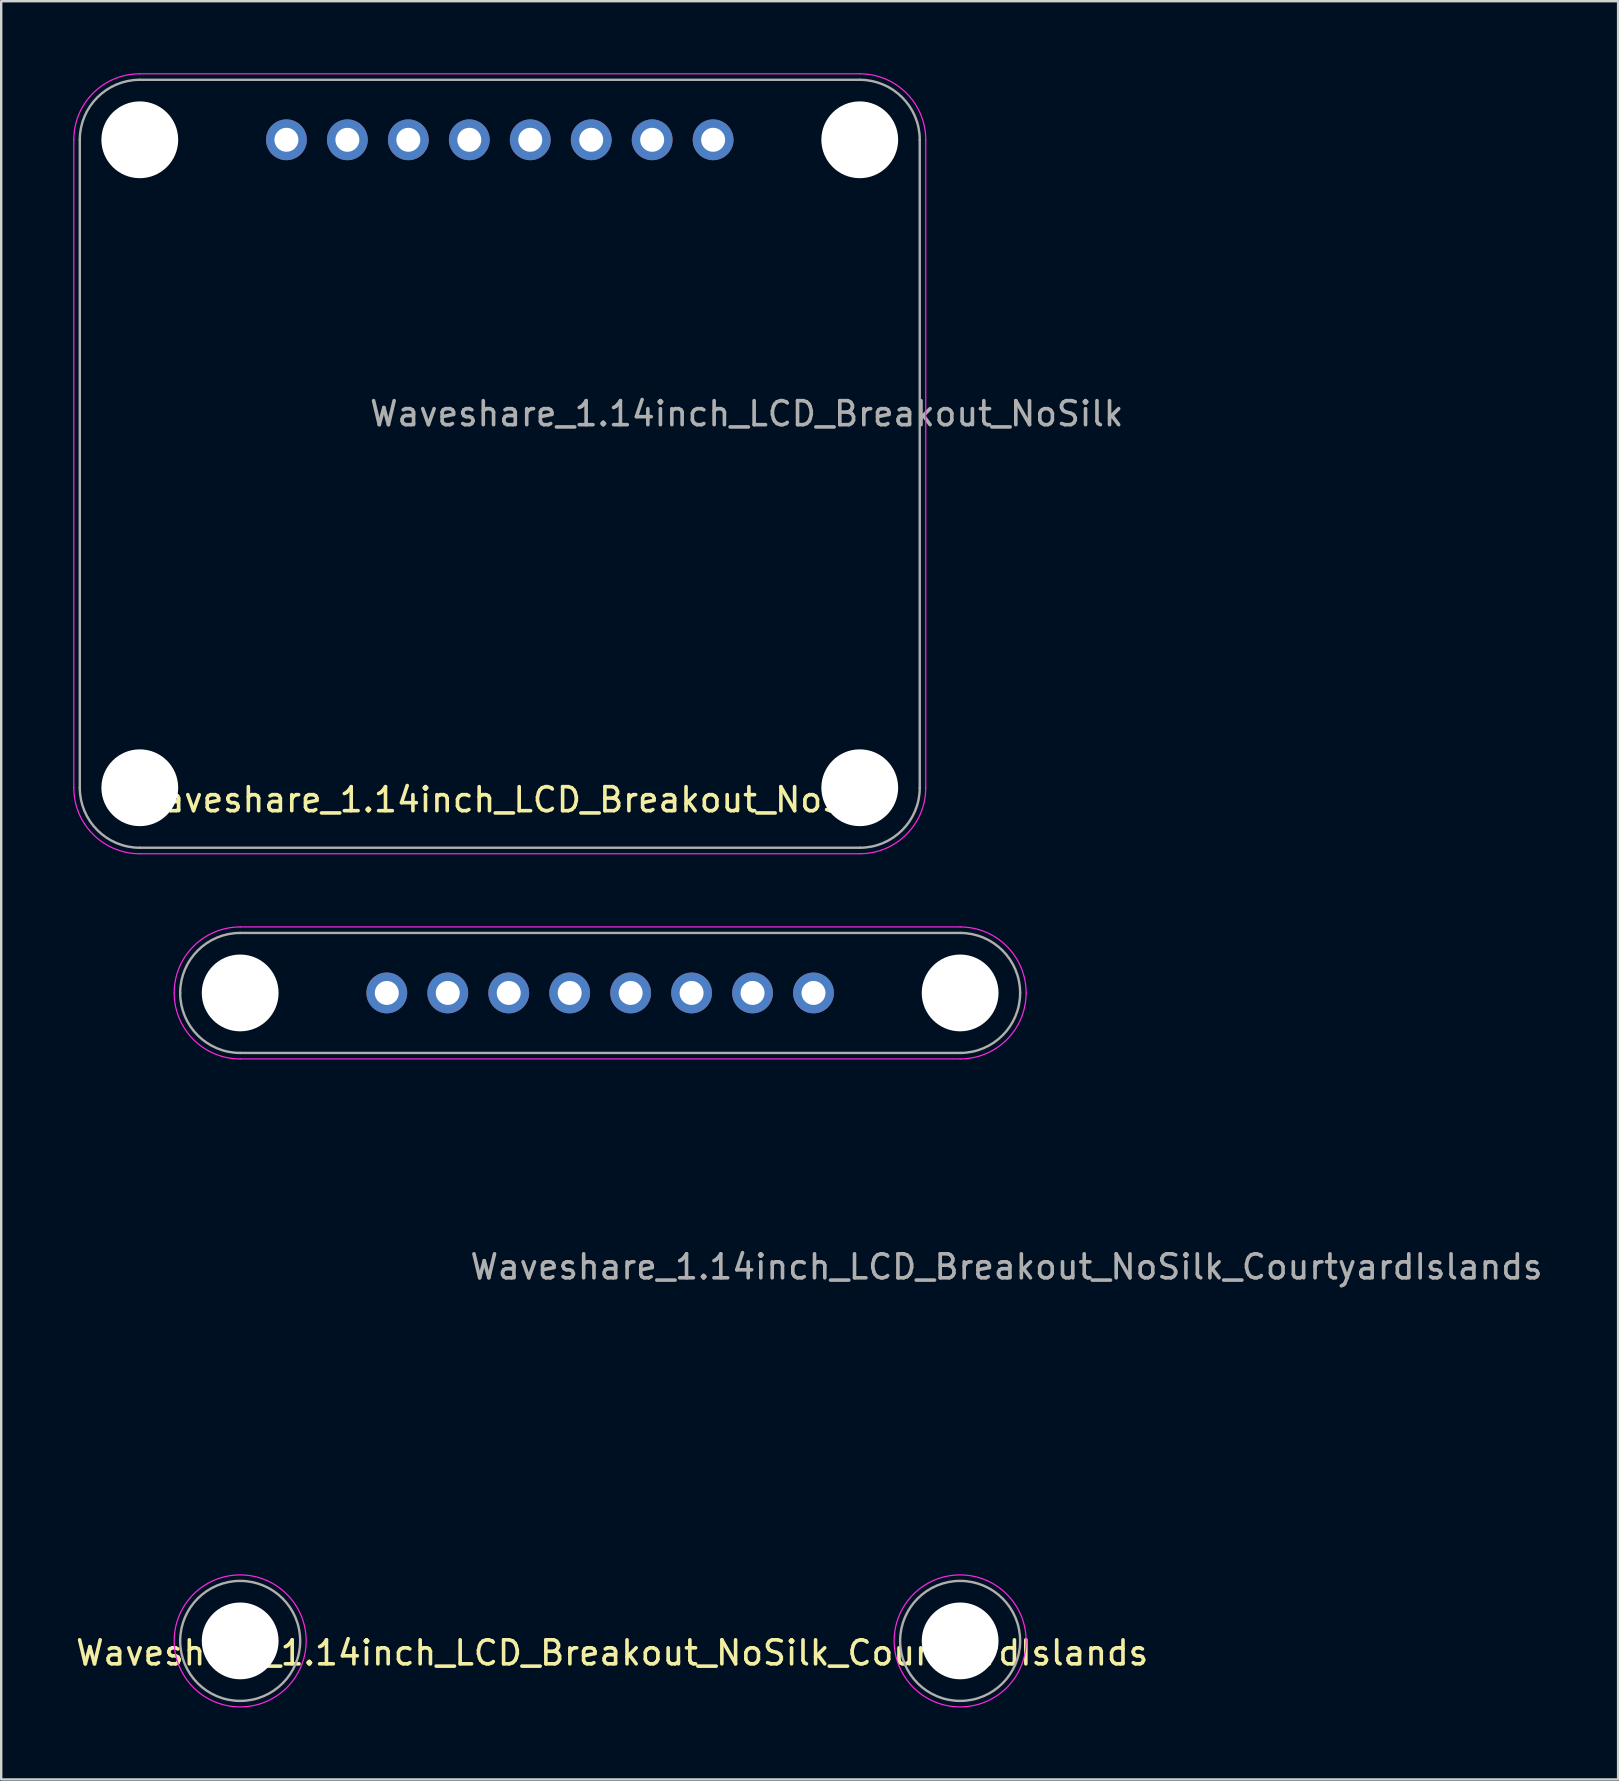
<source format=kicad_pcb>
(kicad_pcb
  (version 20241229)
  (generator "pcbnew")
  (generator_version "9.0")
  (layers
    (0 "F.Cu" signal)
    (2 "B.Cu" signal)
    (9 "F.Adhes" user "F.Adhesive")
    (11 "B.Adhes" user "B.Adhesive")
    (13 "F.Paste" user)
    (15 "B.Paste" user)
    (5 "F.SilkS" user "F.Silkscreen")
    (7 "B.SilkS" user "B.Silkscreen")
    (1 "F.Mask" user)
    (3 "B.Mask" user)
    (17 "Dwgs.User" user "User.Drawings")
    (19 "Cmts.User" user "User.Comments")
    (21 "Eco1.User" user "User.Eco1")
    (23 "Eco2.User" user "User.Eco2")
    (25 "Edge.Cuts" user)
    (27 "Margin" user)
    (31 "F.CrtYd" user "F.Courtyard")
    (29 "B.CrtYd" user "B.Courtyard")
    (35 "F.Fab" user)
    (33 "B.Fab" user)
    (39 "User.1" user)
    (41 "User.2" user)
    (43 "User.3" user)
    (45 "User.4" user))
  (footprint "Waveshare_1.14inch_LCD_Breakout_NoSilk_CourtyardIslands"
    (layer "F.Cu")
    (at 4.458 67.825)
    (property "Reference" "Waveshare_1.14inch_LCD_Breakout_NoSilk_CourtyardIslands" (at 18 -2 0) (unlocked yes) (layer "F.SilkS") (effects (font (size 1 1) (thickness 0.15))))
    (attr through_hole)
    (fp_line (start 2.5 -32.25) (end 32.5 -32.25) (stroke (width 0.05) (type default)) (layer "F.CrtYd"))
    (fp_line (start 2.5 -26.75) (end 32.5 -26.75) (stroke (width 0.05) (type default)) (layer "F.CrtYd"))
    (fp_arc (start -0.25 -29.5) (mid 0.555456 -31.444544) (end 2.5 -32.25) (stroke (width 0.05) (type default)) (layer "F.CrtYd"))
    (fp_arc (start 2.5 -26.75) (mid 0.555456 -27.555456) (end -0.25 -29.5) (stroke (width 0.05) (type default)) (layer "F.CrtYd"))
    (fp_arc (start 32.5 -32.25) (mid 34.444544 -31.444544) (end 35.25 -29.5) (stroke (width 0.05) (type default)) (layer "F.CrtYd"))
    (fp_arc (start 35.25 -29.5) (mid 34.444544 -27.555456) (end 32.5 -26.75) (stroke (width 0.05) (type default)) (layer "F.CrtYd"))
    (fp_circle (center 2.5 -2.5) (end 2.5 -5.25) (stroke (width 0.05) (type default)) (fill no) (layer "F.CrtYd"))
    (fp_circle (center 32.5 -2.5) (end 32.5 -5.25) (stroke (width 0.05) (type default)) (fill no) (layer "F.CrtYd"))
    (fp_line (start 2.5 -32) (end 32.5 -32) (stroke (width 0.1) (type default)) (layer "F.Fab"))
    (fp_line (start 32.5 -27) (end 2.5 -27) (stroke (width 0.1) (type default)) (layer "F.Fab"))
    (fp_arc (start 0 -29.5) (mid 0.732233 -31.267767) (end 2.5 -32) (stroke (width 0.1) (type default)) (layer "F.Fab"))
    (fp_arc (start 2.5 -27) (mid 0.732233 -27.732233) (end 0 -29.5) (stroke (width 0.1) (type default)) (layer "F.Fab"))
    (fp_arc (start 32.5 -32) (mid 34.267767 -31.267767) (end 35 -29.5) (stroke (width 0.1) (type default)) (layer "F.Fab"))
    (fp_arc (start 35 -29.5) (mid 34.267767 -27.732233) (end 32.5 -27) (stroke (width 0.1) (type default)) (layer "F.Fab"))
    (fp_circle (center 2.5 -2.5) (end 2.5 -5) (stroke (width 0.1) (type default)) (fill no) (layer "F.Fab"))
    (fp_circle (center 32.5 -2.5) (end 32.5 -5) (stroke (width 0.1) (type default)) (fill no) (layer "F.Fab"))
    (fp_text user "${REFERENCE}" (at 12 -17.5 0) (unlocked yes) (layer "F.Fab") (effects (font (size 1 1) (thickness 0.15)) (justify left bottom)))
    (pad "" np_thru_hole circle (at 2.5 -29.5) (size 3.2 3.2) (drill 3.2) (layers "*.Cu" "*.Mask"))
    (pad "" np_thru_hole circle (at 2.5 -2.5) (size 3.2 3.2) (drill 3.2) (layers "*.Cu" "*.Mask"))
    (pad "" np_thru_hole circle (at 32.5 -29.5) (size 3.2 3.2) (drill 3.2) (layers "*.Cu" "*.Mask"))
    (pad "" np_thru_hole circle (at 32.5 -2.5) (size 3.2 3.2) (drill 3.2) (layers "*.Cu" "*.Mask"))
    (pad "1" thru_hole circle (at 26.39 -29.5) (size 1.7 1.7) (drill 1) (layers "*.Cu" "*.Mask"))
    (pad "2" thru_hole circle (at 23.85 -29.5) (size 1.7 1.7) (drill 1) (layers "*.Cu" "*.Mask"))
    (pad "3" thru_hole circle (at 21.31 -29.5) (size 1.7 1.7) (drill 1) (layers "*.Cu" "*.Mask"))
    (pad "4" thru_hole circle (at 18.77 -29.5) (size 1.7 1.7) (drill 1) (layers "*.Cu" "*.Mask"))
    (pad "5" thru_hole circle (at 16.23 -29.5) (size 1.7 1.7) (drill 1) (layers "*.Cu" "*.Mask"))
    (pad "6" thru_hole circle (at 13.69 -29.5) (size 1.7 1.7) (drill 1) (layers "*.Cu" "*.Mask"))
    (pad "7" thru_hole circle (at 11.15 -29.5) (size 1.7 1.7) (drill 1) (layers "*.Cu" "*.Mask"))
    (pad "8" thru_hole circle (at 8.61 -29.5) (size 1.7 1.7) (drill 1) (layers "*.Cu" "*.Mask")))
  (footprint "Waveshare_1.14inch_LCD_Breakout_NoSilk"
    (layer "F.Cu")
    (at 0.275 32.275)
    (property "Reference" "Waveshare_1.14inch_LCD_Breakout_NoSilk" (at 18 -2 0) (unlocked yes) (layer "F.SilkS") (effects (font (size 1 1) (thickness 0.15))))
    (attr through_hole)
    (fp_line (start -0.25 -2.5) (end -0.25 -29.5) (stroke (width 0.05) (type default)) (layer "F.CrtYd"))
    (fp_line (start 2.5 -32.25) (end 32.5 -32.25) (stroke (width 0.05) (type default)) (layer "F.CrtYd"))
    (fp_line (start 32.5 0.25) (end 2.5 0.25) (stroke (width 0.05) (type default)) (layer "F.CrtYd"))
    (fp_line (start 35.25 -29.5) (end 35.25 -2.5) (stroke (width 0.05) (type default)) (layer "F.CrtYd"))
    (fp_arc (start -0.25 -29.5) (mid 0.555456 -31.444544) (end 2.5 -32.25) (stroke (width 0.05) (type default)) (layer "F.CrtYd"))
    (fp_arc (start 2.5 0.25) (mid 0.555456 -0.555456) (end -0.25 -2.5) (stroke (width 0.05) (type default)) (layer "F.CrtYd"))
    (fp_arc (start 32.5 -32.25) (mid 34.444544 -31.444544) (end 35.25 -29.5) (stroke (width 0.05) (type default)) (layer "F.CrtYd"))
    (fp_arc (start 35.25 -2.5) (mid 34.444544 -0.555456) (end 32.5 0.25) (stroke (width 0.05) (type default)) (layer "F.CrtYd"))
    (fp_line (start 0 -2.5) (end 0 -29.5) (stroke (width 0.1) (type default)) (layer "F.Fab"))
    (fp_line (start 2.5 -32) (end 32.5 -32) (stroke (width 0.1) (type default)) (layer "F.Fab"))
    (fp_line (start 32.5 0) (end 2.5 0) (stroke (width 0.1) (type default)) (layer "F.Fab"))
    (fp_line (start 35 -29.5) (end 35 -2.5) (stroke (width 0.1) (type default)) (layer "F.Fab"))
    (fp_arc (start 0 -29.5) (mid 0.732233 -31.267767) (end 2.5 -32) (stroke (width 0.1) (type default)) (layer "F.Fab"))
    (fp_arc (start 2.5 0) (mid 0.732233 -0.732233) (end 0 -2.5) (stroke (width 0.1) (type default)) (layer "F.Fab"))
    (fp_arc (start 32.5 -32) (mid 34.267767 -31.267767) (end 35 -29.5) (stroke (width 0.1) (type default)) (layer "F.Fab"))
    (fp_arc (start 35 -2.5) (mid 34.267767 -0.732233) (end 32.5 0) (stroke (width 0.1) (type default)) (layer "F.Fab"))
    (fp_line (start 2.5 -29.5) (end 32.5 -29.5) (stroke (width 0.12) (type default)) (layer "User.2"))
    (fp_rect (start 0 -32) (end 2.5 -29.5) (stroke (width 0.12) (type default)) (fill no) (layer "User.2"))
    (fp_rect (start 0 0) (end 2.5 -2.5) (stroke (width 0.12) (type default)) (fill no) (layer "User.2"))
    (fp_rect (start 35 -32) (end 32.5 -29.5) (stroke (width 0.12) (type default)) (fill no) (layer "User.2"))
    (fp_rect (start 35 0) (end 32.5 -2.5) (stroke (width 0.12) (type default)) (fill no) (layer "User.2"))
    (fp_text user "${REFERENCE}" (at 12 -17.5 0) (unlocked yes) (layer "F.Fab") (effects (font (size 1 1) (thickness 0.15)) (justify left bottom)))
    (pad "" np_thru_hole circle (at 2.5 -29.5) (size 3.2 3.2) (drill 3.2) (layers "*.Cu" "*.Mask"))
    (pad "" np_thru_hole circle (at 2.5 -2.5) (size 3.2 3.2) (drill 3.2) (layers "*.Cu" "*.Mask"))
    (pad "" np_thru_hole circle (at 32.5 -29.5) (size 3.2 3.2) (drill 3.2) (layers "*.Cu" "*.Mask"))
    (pad "" np_thru_hole circle (at 32.5 -2.5) (size 3.2 3.2) (drill 3.2) (layers "*.Cu" "*.Mask"))
    (pad "1" thru_hole circle (at 26.39 -29.5) (size 1.7 1.7) (drill 1) (layers "*.Cu" "*.Mask"))
    (pad "2" thru_hole circle (at 23.85 -29.5) (size 1.7 1.7) (drill 1) (layers "*.Cu" "*.Mask"))
    (pad "3" thru_hole circle (at 21.31 -29.5) (size 1.7 1.7) (drill 1) (layers "*.Cu" "*.Mask"))
    (pad "4" thru_hole circle (at 18.77 -29.5) (size 1.7 1.7) (drill 1) (layers "*.Cu" "*.Mask"))
    (pad "5" thru_hole circle (at 16.23 -29.5) (size 1.7 1.7) (drill 1) (layers "*.Cu" "*.Mask"))
    (pad "6" thru_hole circle (at 13.69 -29.5) (size 1.7 1.7) (drill 1) (layers "*.Cu" "*.Mask"))
    (pad "7" thru_hole circle (at 11.15 -29.5) (size 1.7 1.7) (drill 1) (layers "*.Cu" "*.Mask"))
    (pad "8" thru_hole circle (at 8.61 -29.5) (size 1.7 1.7) (drill 1) (layers "*.Cu" "*.Mask")))
  (gr_rect
    (start -3 -3)
    (end 64.375 71.1)
    (stroke (width 0.1) (type default))
    (fill no)
    (layer "Edge.Cuts")))
</source>
